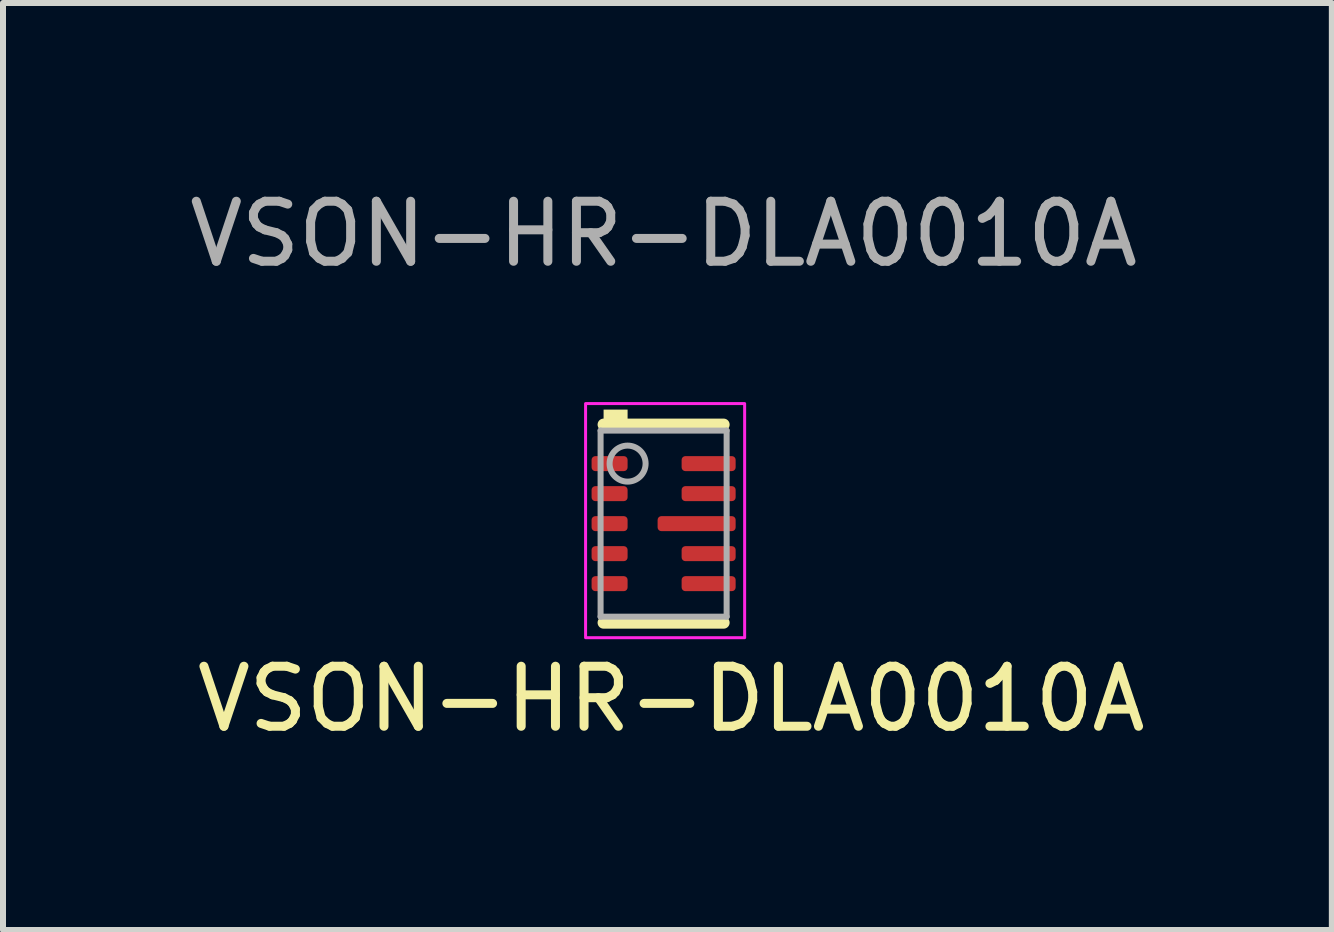
<source format=kicad_pcb>
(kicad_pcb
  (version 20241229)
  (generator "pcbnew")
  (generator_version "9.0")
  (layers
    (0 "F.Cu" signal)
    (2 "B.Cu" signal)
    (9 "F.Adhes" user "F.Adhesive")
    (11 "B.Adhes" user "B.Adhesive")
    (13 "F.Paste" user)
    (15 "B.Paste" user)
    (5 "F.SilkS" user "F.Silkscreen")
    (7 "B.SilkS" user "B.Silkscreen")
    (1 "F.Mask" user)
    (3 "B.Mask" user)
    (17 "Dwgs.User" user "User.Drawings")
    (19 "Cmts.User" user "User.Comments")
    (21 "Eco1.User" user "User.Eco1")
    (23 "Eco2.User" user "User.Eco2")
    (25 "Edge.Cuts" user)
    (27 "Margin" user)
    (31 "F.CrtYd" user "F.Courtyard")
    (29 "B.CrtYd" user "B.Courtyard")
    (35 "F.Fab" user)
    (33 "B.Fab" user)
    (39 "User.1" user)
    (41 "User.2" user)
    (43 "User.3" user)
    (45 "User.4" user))
  (footprint "VSON-HR-DLA0010A"
    (layer "F.Cu")
    (at 8.006 5.674)
    (property "Reference" "VSON-HR-DLA0010A" (at 0.127 2.921 0) (unlocked yes) (layer "F.SilkS") (effects (font (size 1 1) (thickness 0.15))))
    (attr smd)
    (fp_line (start -1 -1.65) (end 1 -1.65) (stroke (width 0.2) (type solid)) (layer "F.SilkS"))
    (fp_line (start -1 1.65) (end 1 1.65) (stroke (width 0.2) (type solid)) (layer "F.SilkS"))
    (fp_poly (pts (xy -1 -1.65) (xy -0.6 -1.65) (xy -0.6 -1.9) (xy -1 -1.9)) (stroke (width 0) (type solid)) (fill yes) (layer "F.SilkS"))
    (fp_poly (pts (xy -0.1 0.075) (xy -0.1 -0.075) (xy -0.05 -0.125) (xy 0.4 -0.125) (xy 0.45 -0.075) (xy 0.45 0.075) (xy 0.4 0.125) (xy -0.05 0.125)) (stroke (width 0) (type solid)) (fill yes) (layer "F.Paste"))
    (fp_poly (pts (xy 0.65 0.075) (xy 0.65 -0.075) (xy 0.7 -0.125) (xy 1.15 -0.125) (xy 1.2 -0.075) (xy 1.2 0.075) (xy 1.15 0.125) (xy 0.7 0.125)) (stroke (width 0) (type solid)) (fill yes) (layer "F.Paste"))
    (fp_rect (start -1.3 -2) (end 1.35 1.9) (stroke (width 0.05) (type default)) (fill no) (layer "F.CrtYd"))
    (fp_line (start -1.05 -1.55) (end 1.05 -1.55) (stroke (width 0.1) (type solid)) (layer "F.Fab"))
    (fp_line (start -1.05 1.55) (end -1.05 -1.55) (stroke (width 0.1) (type solid)) (layer "F.Fab"))
    (fp_line (start -1.05 1.55) (end 1.05 1.55) (stroke (width 0.1) (type solid)) (layer "F.Fab"))
    (fp_line (start 1.05 1.55) (end 1.05 -1.55) (stroke (width 0.1) (type solid)) (layer "F.Fab"))
    (fp_circle (center -0.6 -1) (end -0.3 -1) (stroke (width 0.1) (type solid)) (fill no) (layer "F.Fab"))
    (fp_text user "${REFERENCE}" (at 0 -4.826 0) (unlocked yes) (layer "F.Fab") (effects (font (size 1 1) (thickness 0.15))))
    (pad "1" smd roundrect (at -0.9 -1) (size 0.6 0.25) (layers "F.Cu" "F.Mask" "F.Paste") (roundrect_rratio 0.25))
    (pad "2" smd roundrect (at -0.9 -0.5) (size 0.6 0.25) (layers "F.Cu" "F.Mask" "F.Paste") (roundrect_rratio 0.25))
    (pad "3" smd roundrect (at -0.9 0) (size 0.6 0.25) (layers "F.Cu" "F.Mask" "F.Paste") (roundrect_rratio 0.25))
    (pad "4" smd roundrect (at -0.9 0.5) (size 0.6 0.25) (layers "F.Cu" "F.Mask" "F.Paste") (roundrect_rratio 0.25))
    (pad "5" smd roundrect (at -0.9 1) (size 0.6 0.25) (layers "F.Cu" "F.Mask" "F.Paste") (roundrect_rratio 0.25))
    (pad "6" smd roundrect (at 0.75 1) (size 0.9 0.25) (layers "F.Cu" "F.Mask" "F.Paste") (roundrect_rratio 0.25))
    (pad "7" smd roundrect (at 0.75 0.5) (size 0.9 0.25) (layers "F.Cu" "F.Mask" "F.Paste") (roundrect_rratio 0.25))
    (pad "8" smd roundrect (at 0.55 0) (size 1.3 0.25) (layers "F.Cu" "F.Mask") (roundrect_rratio 0.25))
    (pad "9" smd roundrect (at 0.75 -0.5) (size 0.9 0.25) (layers "F.Cu" "F.Mask" "F.Paste") (roundrect_rratio 0.25))
    (pad "10" smd roundrect (at 0.75 -1) (size 0.9 0.25) (layers "F.Cu" "F.Mask" "F.Paste") (roundrect_rratio 0.25)))
  (gr_rect
    (start -3 -3)
    (end 19.139 12.444)
    (stroke (width 0.1) (type default))
    (fill no)
    (layer "Edge.Cuts")))
</source>
